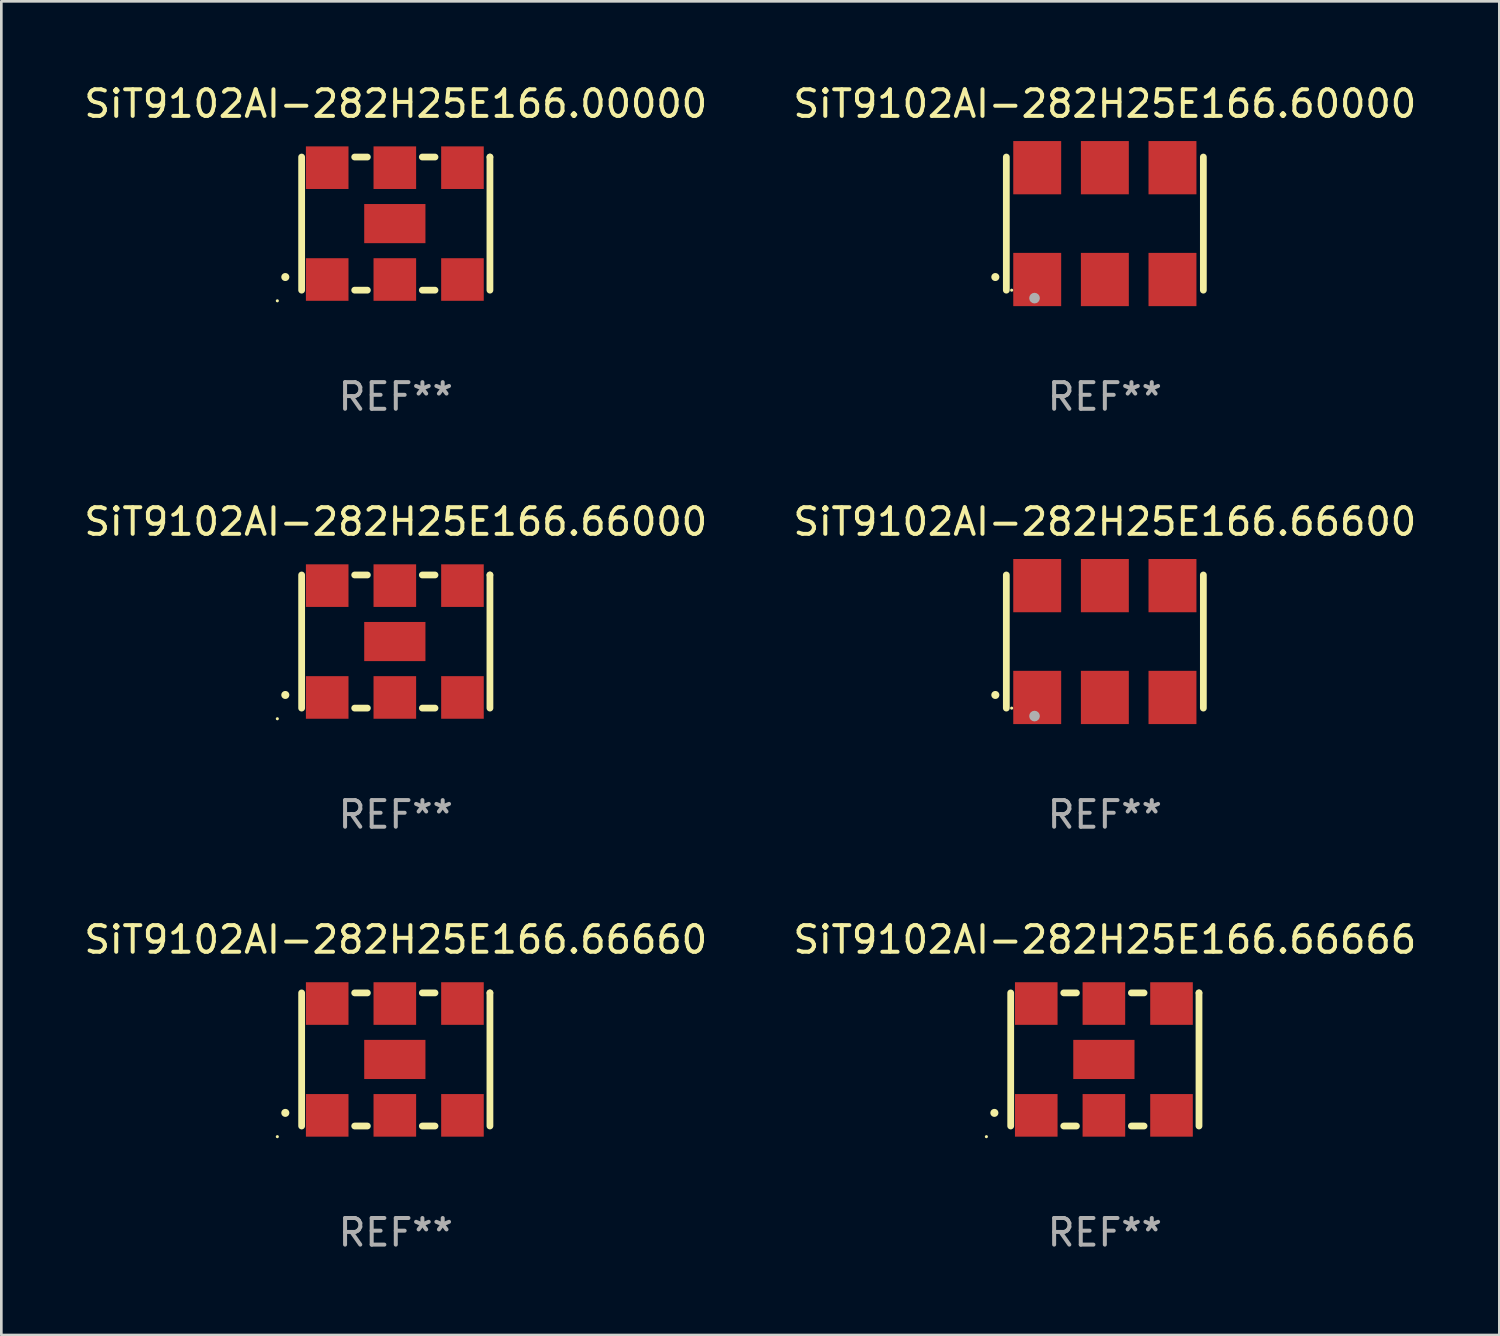
<source format=kicad_pcb>
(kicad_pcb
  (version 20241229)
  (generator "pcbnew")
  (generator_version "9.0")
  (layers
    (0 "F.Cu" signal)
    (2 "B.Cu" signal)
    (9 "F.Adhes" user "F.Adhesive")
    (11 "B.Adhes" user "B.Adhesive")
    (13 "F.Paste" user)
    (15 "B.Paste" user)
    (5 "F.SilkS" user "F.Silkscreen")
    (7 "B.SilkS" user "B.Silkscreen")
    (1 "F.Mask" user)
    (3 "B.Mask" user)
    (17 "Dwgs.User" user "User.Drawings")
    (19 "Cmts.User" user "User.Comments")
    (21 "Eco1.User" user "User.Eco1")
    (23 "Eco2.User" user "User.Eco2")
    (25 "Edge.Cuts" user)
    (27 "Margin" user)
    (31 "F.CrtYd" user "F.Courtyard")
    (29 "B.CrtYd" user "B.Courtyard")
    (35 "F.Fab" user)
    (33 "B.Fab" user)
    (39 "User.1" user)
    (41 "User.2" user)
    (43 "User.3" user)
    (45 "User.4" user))
  (footprint "SiT9102AI-282H25E166.66666"
    (layer "F.Cu")
    (at 38.446 36.741)
    (property "Reference" "SiT9102AI-282H25E166.66666" (at 0 -4.5 0) (layer "F.SilkS") (effects (font (size 1 1) (thickness 0.15))))
    (attr through_hole)
    (fp_line (start -3.536 -2.5) (end -3.536 2.5) (stroke (width 0.254) (type solid)) (layer "F.SilkS"))
    (fp_line (start -1.544 2.5) (end -1.067 2.5) (stroke (width 0.254) (type solid)) (layer "F.SilkS"))
    (fp_line (start -1.067 -2.5) (end -1.544 -2.5) (stroke (width 0.254) (type solid)) (layer "F.SilkS"))
    (fp_line (start 0.996 2.5) (end 1.473 2.5) (stroke (width 0.254) (type solid)) (layer "F.SilkS"))
    (fp_line (start 1.473 -2.5) (end 0.996 -2.5) (stroke (width 0.254) (type solid)) (layer "F.SilkS"))
    (fp_line (start 3.536 -2.5) (end 3.536 -2.5) (stroke (width 0.254) (type solid)) (layer "F.SilkS"))
    (fp_line (start 3.536 2.5) (end 3.536 -2.5) (stroke (width 0.254) (type solid)) (layer "F.SilkS"))
    (fp_arc (start -4.150432 2.006604) (mid -4.149162 2.006599) (end -4.147892 2.006604) (stroke (width 0.3) (type solid)) (layer "F.SilkS"))
    (fp_circle (center -4.449 2.9) (end -4.419 2.9) (stroke (width 0.06) (type solid)) (fill no) (layer "F.SilkS"))
    (fp_text user "REF**" (at 0 6.5 0) (layer "F.Fab") (effects (font (size 1 1) (thickness 0.15))))
    (pad "1" smd rect (at -2.576 2.1) (size 1.6 1.6) (layers "F.Cu" "F.Mask" "F.Paste"))
    (pad "2" smd rect (at -0.036 2.1) (size 1.6 1.6) (layers "F.Cu" "F.Mask" "F.Paste"))
    (pad "3" smd rect (at 2.504 2.1) (size 1.6 1.6) (layers "F.Cu" "F.Mask" "F.Paste"))
    (pad "4" smd rect (at 2.504 -2.1) (size 1.6 1.6) (layers "F.Cu" "F.Mask" "F.Paste"))
    (pad "5" smd rect (at -0.036 -2.1) (size 1.6 1.6) (layers "F.Cu" "F.Mask" "F.Paste"))
    (pad "6" smd rect (at -2.576 -2.1) (size 1.6 1.6) (layers "F.Cu" "F.Mask" "F.Paste"))
    (pad "7" smd rect (at -0.036 0) (size 2.3 1.47) (layers "F.Cu" "F.Mask" "F.Paste")))
  (footprint "SiT9102AI-282H25E166.00000"
    (layer "F.Cu")
    (at 11.815 5.348)
    (property "Reference" "SiT9102AI-282H25E166.00000" (at 0 -4.5 0) (layer "F.SilkS") (effects (font (size 1 1) (thickness 0.15))))
    (attr through_hole)
    (fp_line (start -3.536 -2.5) (end -3.536 2.5) (stroke (width 0.254) (type solid)) (layer "F.SilkS"))
    (fp_line (start -1.544 2.5) (end -1.067 2.5) (stroke (width 0.254) (type solid)) (layer "F.SilkS"))
    (fp_line (start -1.067 -2.5) (end -1.544 -2.5) (stroke (width 0.254) (type solid)) (layer "F.SilkS"))
    (fp_line (start 0.996 2.5) (end 1.473 2.5) (stroke (width 0.254) (type solid)) (layer "F.SilkS"))
    (fp_line (start 1.473 -2.5) (end 0.996 -2.5) (stroke (width 0.254) (type solid)) (layer "F.SilkS"))
    (fp_line (start 3.536 -2.5) (end 3.536 -2.5) (stroke (width 0.254) (type solid)) (layer "F.SilkS"))
    (fp_line (start 3.536 2.5) (end 3.536 -2.5) (stroke (width 0.254) (type solid)) (layer "F.SilkS"))
    (fp_arc (start -4.150432 2.006604) (mid -4.149162 2.006599) (end -4.147892 2.006604) (stroke (width 0.3) (type solid)) (layer "F.SilkS"))
    (fp_circle (center -4.449 2.9) (end -4.419 2.9) (stroke (width 0.06) (type solid)) (fill no) (layer "F.SilkS"))
    (fp_text user "REF**" (at 0 6.5 0) (layer "F.Fab") (effects (font (size 1 1) (thickness 0.15))))
    (pad "1" smd rect (at -2.576 2.1) (size 1.6 1.6) (layers "F.Cu" "F.Mask" "F.Paste"))
    (pad "2" smd rect (at -0.036 2.1) (size 1.6 1.6) (layers "F.Cu" "F.Mask" "F.Paste"))
    (pad "3" smd rect (at 2.504 2.1) (size 1.6 1.6) (layers "F.Cu" "F.Mask" "F.Paste"))
    (pad "4" smd rect (at 2.504 -2.1) (size 1.6 1.6) (layers "F.Cu" "F.Mask" "F.Paste"))
    (pad "5" smd rect (at -0.036 -2.1) (size 1.6 1.6) (layers "F.Cu" "F.Mask" "F.Paste"))
    (pad "6" smd rect (at -2.576 -2.1) (size 1.6 1.6) (layers "F.Cu" "F.Mask" "F.Paste"))
    (pad "7" smd rect (at -0.036 0) (size 2.3 1.47) (layers "F.Cu" "F.Mask" "F.Paste")))
  (footprint "SiT9102AI-282H25E166.60000"
    (layer "F.Cu")
    (at 38.446 5.348)
    (property "Reference" "SiT9102AI-282H25E166.60000" (at 0 -4.5 0) (layer "F.SilkS") (effects (font (size 1 1) (thickness 0.15))))
    (attr through_hole)
    (fp_line (start -3.7 -2.5) (end -3.7 2.5) (stroke (width 0.254) (type solid)) (layer "F.SilkS"))
    (fp_line (start 3.7 -2.5) (end 3.7 2.5) (stroke (width 0.254) (type solid)) (layer "F.SilkS"))
    (fp_arc (start -4.114415 2.006604) (mid -4.113145 2.006599) (end -4.111875 2.006604) (stroke (width 0.3) (type solid)) (layer "F.SilkS"))
    (fp_circle (center -3.5 2.501) (end -3.47 2.501) (stroke (width 0.06) (type solid)) (fill no) (layer "F.SilkS"))
    (fp_circle (center -2.641 2.799) (end -2.541 2.799) (stroke (width 0.2) (type solid)) (fill no) (layer "F.Fab"))
    (fp_text user "REF**" (at 0 6.5 0) (layer "F.Fab") (effects (font (size 1 1) (thickness 0.15))))
    (pad "1" smd rect (at -2.54 2.1) (size 1.8 2) (layers "F.Cu" "F.Mask" "F.Paste"))
    (pad "2" smd rect (at 0.000394 2.1) (size 1.8 2) (layers "F.Cu" "F.Mask" "F.Paste"))
    (pad "3" smd rect (at 2.54 2.1) (size 1.8 2) (layers "F.Cu" "F.Mask" "F.Paste"))
    (pad "4" smd rect (at 2.54 -2.1) (size 1.8 2) (layers "F.Cu" "F.Mask" "F.Paste"))
    (pad "5" smd rect (at 0.000394 -2.1) (size 1.8 2) (layers "F.Cu" "F.Mask" "F.Paste"))
    (pad "6" smd rect (at -2.54 -2.1) (size 1.8 2) (layers "F.Cu" "F.Mask" "F.Paste")))
  (footprint "SiT9102AI-282H25E166.66600"
    (layer "F.Cu")
    (at 38.446 21.045)
    (property "Reference" "SiT9102AI-282H25E166.66600" (at 0 -4.5 0) (layer "F.SilkS") (effects (font (size 1 1) (thickness 0.15))))
    (attr through_hole)
    (fp_line (start -3.7 -2.5) (end -3.7 2.5) (stroke (width 0.254) (type solid)) (layer "F.SilkS"))
    (fp_line (start 3.7 -2.5) (end 3.7 2.5) (stroke (width 0.254) (type solid)) (layer "F.SilkS"))
    (fp_arc (start -4.114415 2.006604) (mid -4.113145 2.006599) (end -4.111875 2.006604) (stroke (width 0.3) (type solid)) (layer "F.SilkS"))
    (fp_circle (center -3.5 2.501) (end -3.47 2.501) (stroke (width 0.06) (type solid)) (fill no) (layer "F.SilkS"))
    (fp_circle (center -2.641 2.799) (end -2.541 2.799) (stroke (width 0.2) (type solid)) (fill no) (layer "F.Fab"))
    (fp_text user "REF**" (at 0 6.5 0) (layer "F.Fab") (effects (font (size 1 1) (thickness 0.15))))
    (pad "1" smd rect (at -2.54 2.1) (size 1.8 2) (layers "F.Cu" "F.Mask" "F.Paste"))
    (pad "2" smd rect (at 0.000394 2.1) (size 1.8 2) (layers "F.Cu" "F.Mask" "F.Paste"))
    (pad "3" smd rect (at 2.54 2.1) (size 1.8 2) (layers "F.Cu" "F.Mask" "F.Paste"))
    (pad "4" smd rect (at 2.54 -2.1) (size 1.8 2) (layers "F.Cu" "F.Mask" "F.Paste"))
    (pad "5" smd rect (at 0.000394 -2.1) (size 1.8 2) (layers "F.Cu" "F.Mask" "F.Paste"))
    (pad "6" smd rect (at -2.54 -2.1) (size 1.8 2) (layers "F.Cu" "F.Mask" "F.Paste")))
  (footprint "SiT9102AI-282H25E166.66000"
    (layer "F.Cu")
    (at 11.815 21.045)
    (property "Reference" "SiT9102AI-282H25E166.66000" (at 0 -4.5 0) (layer "F.SilkS") (effects (font (size 1 1) (thickness 0.15))))
    (attr through_hole)
    (fp_line (start -3.536 -2.5) (end -3.536 2.5) (stroke (width 0.254) (type solid)) (layer "F.SilkS"))
    (fp_line (start -1.544 2.5) (end -1.067 2.5) (stroke (width 0.254) (type solid)) (layer "F.SilkS"))
    (fp_line (start -1.067 -2.5) (end -1.544 -2.5) (stroke (width 0.254) (type solid)) (layer "F.SilkS"))
    (fp_line (start 0.996 2.5) (end 1.473 2.5) (stroke (width 0.254) (type solid)) (layer "F.SilkS"))
    (fp_line (start 1.473 -2.5) (end 0.996 -2.5) (stroke (width 0.254) (type solid)) (layer "F.SilkS"))
    (fp_line (start 3.536 -2.5) (end 3.536 -2.5) (stroke (width 0.254) (type solid)) (layer "F.SilkS"))
    (fp_line (start 3.536 2.5) (end 3.536 -2.5) (stroke (width 0.254) (type solid)) (layer "F.SilkS"))
    (fp_arc (start -4.150432 2.006604) (mid -4.149162 2.006599) (end -4.147892 2.006604) (stroke (width 0.3) (type solid)) (layer "F.SilkS"))
    (fp_circle (center -4.449 2.9) (end -4.419 2.9) (stroke (width 0.06) (type solid)) (fill no) (layer "F.SilkS"))
    (fp_text user "REF**" (at 0 6.5 0) (layer "F.Fab") (effects (font (size 1 1) (thickness 0.15))))
    (pad "1" smd rect (at -2.576 2.1) (size 1.6 1.6) (layers "F.Cu" "F.Mask" "F.Paste"))
    (pad "2" smd rect (at -0.036 2.1) (size 1.6 1.6) (layers "F.Cu" "F.Mask" "F.Paste"))
    (pad "3" smd rect (at 2.504 2.1) (size 1.6 1.6) (layers "F.Cu" "F.Mask" "F.Paste"))
    (pad "4" smd rect (at 2.504 -2.1) (size 1.6 1.6) (layers "F.Cu" "F.Mask" "F.Paste"))
    (pad "5" smd rect (at -0.036 -2.1) (size 1.6 1.6) (layers "F.Cu" "F.Mask" "F.Paste"))
    (pad "6" smd rect (at -2.576 -2.1) (size 1.6 1.6) (layers "F.Cu" "F.Mask" "F.Paste"))
    (pad "7" smd rect (at -0.036 0) (size 2.3 1.47) (layers "F.Cu" "F.Mask" "F.Paste")))
  (footprint "SiT9102AI-282H25E166.66660"
    (layer "F.Cu")
    (at 11.815 36.741)
    (property "Reference" "SiT9102AI-282H25E166.66660" (at 0 -4.5 0) (layer "F.SilkS") (effects (font (size 1 1) (thickness 0.15))))
    (attr through_hole)
    (fp_line (start -3.536 -2.5) (end -3.536 2.5) (stroke (width 0.254) (type solid)) (layer "F.SilkS"))
    (fp_line (start -1.544 2.5) (end -1.067 2.5) (stroke (width 0.254) (type solid)) (layer "F.SilkS"))
    (fp_line (start -1.067 -2.5) (end -1.544 -2.5) (stroke (width 0.254) (type solid)) (layer "F.SilkS"))
    (fp_line (start 0.996 2.5) (end 1.473 2.5) (stroke (width 0.254) (type solid)) (layer "F.SilkS"))
    (fp_line (start 1.473 -2.5) (end 0.996 -2.5) (stroke (width 0.254) (type solid)) (layer "F.SilkS"))
    (fp_line (start 3.536 -2.5) (end 3.536 -2.5) (stroke (width 0.254) (type solid)) (layer "F.SilkS"))
    (fp_line (start 3.536 2.5) (end 3.536 -2.5) (stroke (width 0.254) (type solid)) (layer "F.SilkS"))
    (fp_arc (start -4.150432 2.006604) (mid -4.149162 2.006599) (end -4.147892 2.006604) (stroke (width 0.3) (type solid)) (layer "F.SilkS"))
    (fp_circle (center -4.449 2.9) (end -4.419 2.9) (stroke (width 0.06) (type solid)) (fill no) (layer "F.SilkS"))
    (fp_text user "REF**" (at 0 6.5 0) (layer "F.Fab") (effects (font (size 1 1) (thickness 0.15))))
    (pad "1" smd rect (at -2.576 2.1) (size 1.6 1.6) (layers "F.Cu" "F.Mask" "F.Paste"))
    (pad "2" smd rect (at -0.036 2.1) (size 1.6 1.6) (layers "F.Cu" "F.Mask" "F.Paste"))
    (pad "3" smd rect (at 2.504 2.1) (size 1.6 1.6) (layers "F.Cu" "F.Mask" "F.Paste"))
    (pad "4" smd rect (at 2.504 -2.1) (size 1.6 1.6) (layers "F.Cu" "F.Mask" "F.Paste"))
    (pad "5" smd rect (at -0.036 -2.1) (size 1.6 1.6) (layers "F.Cu" "F.Mask" "F.Paste"))
    (pad "6" smd rect (at -2.576 -2.1) (size 1.6 1.6) (layers "F.Cu" "F.Mask" "F.Paste"))
    (pad "7" smd rect (at -0.036 0) (size 2.3 1.47) (layers "F.Cu" "F.Mask" "F.Paste")))
  (gr_rect
    (start -3 -3)
    (end 53.262 47.09)
    (stroke (width 0.1) (type default))
    (fill no)
    (layer "Edge.Cuts")))
</source>
